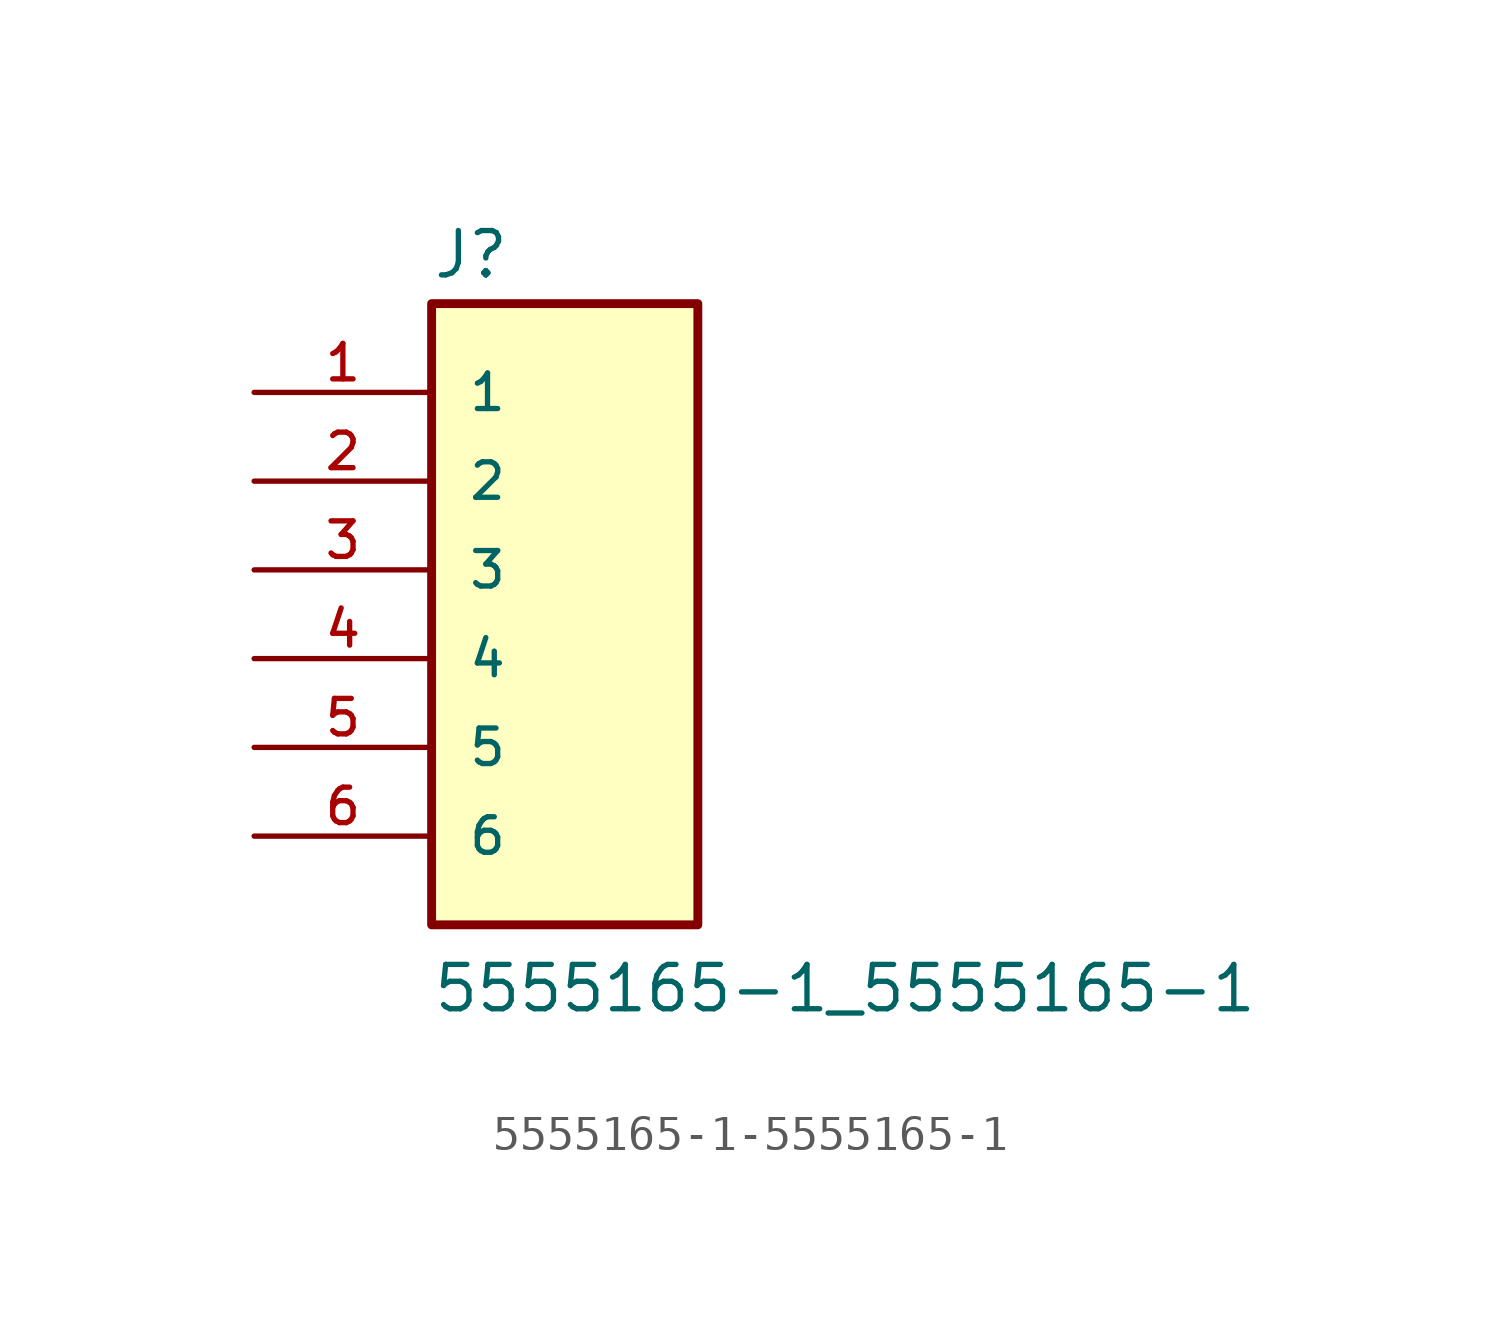
<source format=kicad_sym>
(kicad_symbol_lib
  (version 20231120)
  (generator "kicad_symbol_editor")
  (generator_version "8.0")
  (symbol "5555165-1-5555165-1"
    (pin_names
      (offset 1.016))
    (property "Reference" "J"
      (at -5.08 8.28 0)
      (effects (font (size 1.27 1.27)) (justify left bottom)))
    (property "Value" "5555165-1_5555165-1"
      (at -5.08 -12.725 0)
      (effects (font (size 1.27 1.27)) (justify left bottom)))
    (property "ki_locked" ""
      (at 0 0 0)
      (effects (font (size 1.27 1.27))))
    (symbol "5555165-1-5555165-1_0_0"
      (rectangle (start -5.08 -10.16) (end 2.54 7.62) (stroke (width 0.254) (type solid)) (fill (type background)))
      (pin passive line (at -10.16 5.08 0) (length 5.08) (name "1" (effects (font (size 1.016 1.016)))) (number "1" (effects (font (size 1.016 1.016)))))
      (pin passive line (at -10.16 2.54 0) (length 5.08) (name "2" (effects (font (size 1.016 1.016)))) (number "2" (effects (font (size 1.016 1.016)))))
      (pin passive line (at -10.16 0 0) (length 5.08) (name "3" (effects (font (size 1.016 1.016)))) (number "3" (effects (font (size 1.016 1.016)))))
      (pin passive line (at -10.16 -2.54 0) (length 5.08) (name "4" (effects (font (size 1.016 1.016)))) (number "4" (effects (font (size 1.016 1.016)))))
      (pin passive line (at -10.16 -5.08 0) (length 5.08) (name "5" (effects (font (size 1.016 1.016)))) (number "5" (effects (font (size 1.016 1.016)))))
      (pin passive line (at -10.16 -7.62 0) (length 5.08) (name "6" (effects (font (size 1.016 1.016)))) (number "6" (effects (font (size 1.016 1.016))))))))
</source>
